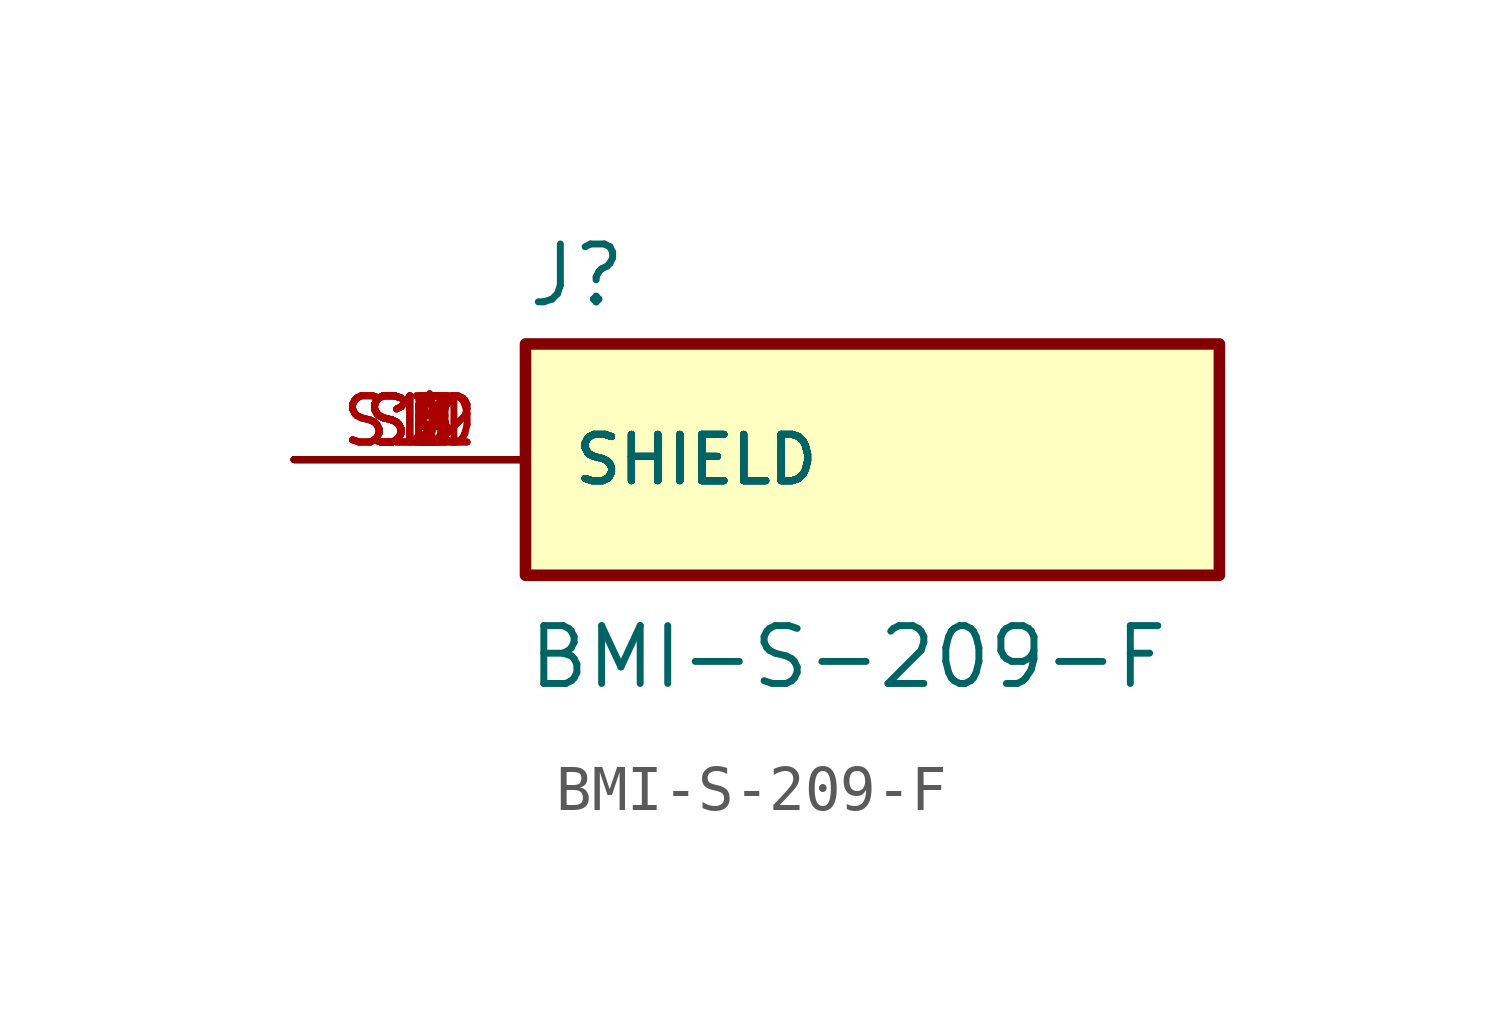
<source format=kicad_sym>
(kicad_symbol_lib
  (version 20211014)
  (generator kicad_symbol_editor)
  (symbol "BMI-S-209-F"
    (pin_names
      (offset 1.016))
    (property "Reference" "J"
      (at -7.62 3.302 0)
      (effects (font (size 1.27 1.27)) (justify bottom left)))
    (property "Value" "BMI-S-209-F"
      (at -7.62 -5.08 0)
      (effects (font (size 1.27 1.27)) (justify bottom left)))
    (symbol "BMI-S-209-F_0_0"
      (rectangle (start -7.62 -2.54) (end 7.62 2.54) (stroke (width 0.254)) (fill (type background)))
      (pin passive line (at -12.7 0.0 0) (length 5.08) (name "SHIELD" (effects (font (size 1.016 1.016)))) (number "S1" (effects (font (size 1.016 1.016)))))
      (pin passive line (at -12.7 0.0 0) (length 5.08) (name "SHIELD" (effects (font (size 1.016 1.016)))) (number "S2" (effects (font (size 1.016 1.016)))))
      (pin passive line (at -12.7 0.0 0) (length 5.08) (name "SHIELD" (effects (font (size 1.016 1.016)))) (number "S3" (effects (font (size 1.016 1.016)))))
      (pin passive line (at -12.7 0.0 0) (length 5.08) (name "SHIELD" (effects (font (size 1.016 1.016)))) (number "S4" (effects (font (size 1.016 1.016)))))
      (pin passive line (at -12.7 0.0 0) (length 5.08) (name "SHIELD" (effects (font (size 1.016 1.016)))) (number "S5" (effects (font (size 1.016 1.016)))))
      (pin passive line (at -12.7 0.0 0) (length 5.08) (name "SHIELD" (effects (font (size 1.016 1.016)))) (number "S6" (effects (font (size 1.016 1.016)))))
      (pin passive line (at -12.7 0.0 0) (length 5.08) (name "SHIELD" (effects (font (size 1.016 1.016)))) (number "S7" (effects (font (size 1.016 1.016)))))
      (pin passive line (at -12.7 0.0 0) (length 5.08) (name "SHIELD" (effects (font (size 1.016 1.016)))) (number "S8" (effects (font (size 1.016 1.016)))))
      (pin passive line (at -12.7 0.0 0) (length 5.08) (name "SHIELD" (effects (font (size 1.016 1.016)))) (number "S9" (effects (font (size 1.016 1.016)))))
      (pin passive line (at -12.7 0.0 0) (length 5.08) (name "SHIELD" (effects (font (size 1.016 1.016)))) (number "S10" (effects (font (size 1.016 1.016)))))
      (pin passive line (at -12.7 0.0 0) (length 5.08) (name "SHIELD" (effects (font (size 1.016 1.016)))) (number "S11" (effects (font (size 1.016 1.016)))))
      (pin passive line (at -12.7 0.0 0) (length 5.08) (name "SHIELD" (effects (font (size 1.016 1.016)))) (number "S12" (effects (font (size 1.016 1.016))))))))
</source>
